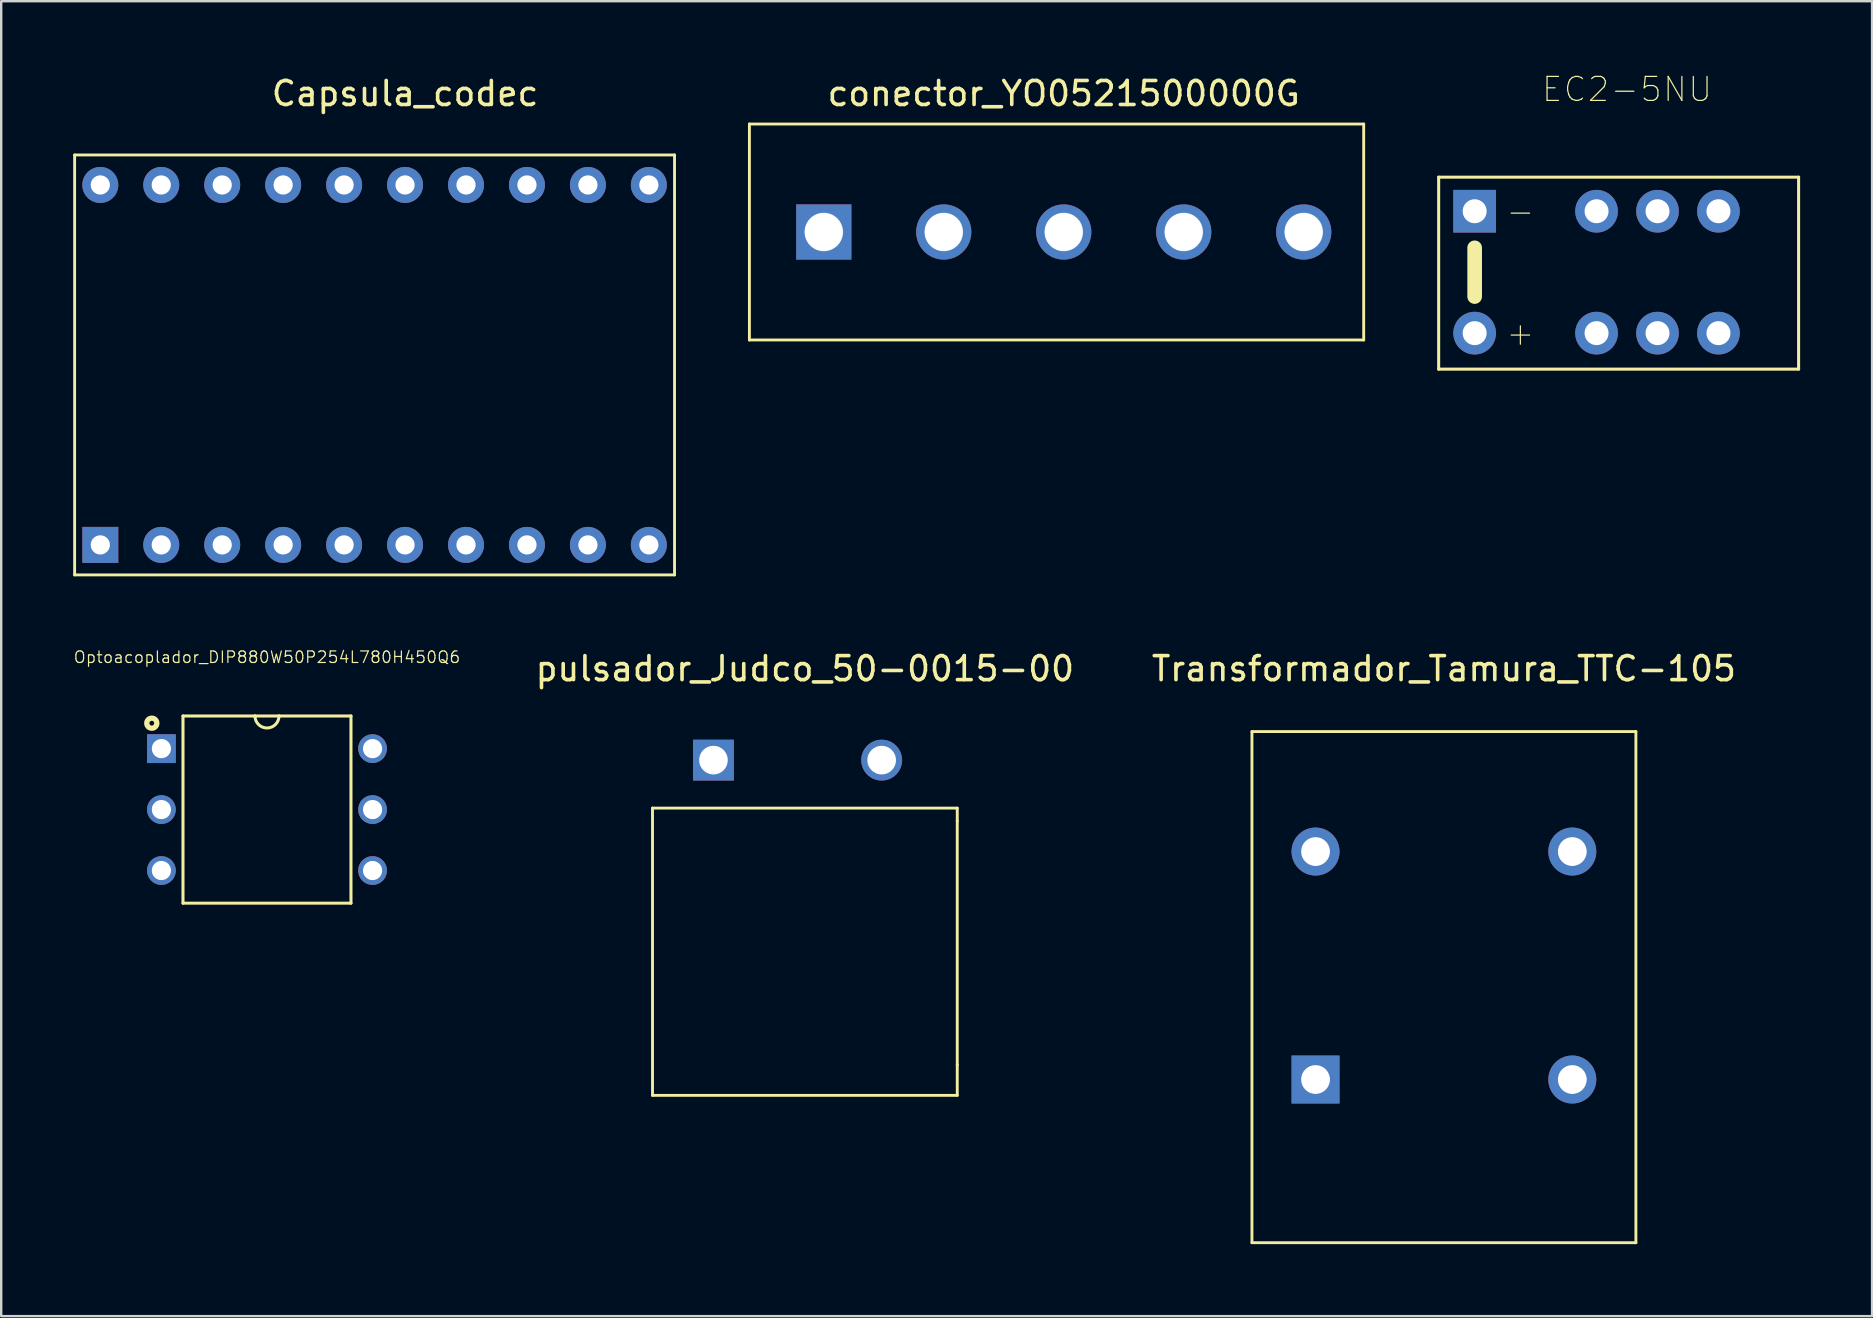
<source format=kicad_pcb>
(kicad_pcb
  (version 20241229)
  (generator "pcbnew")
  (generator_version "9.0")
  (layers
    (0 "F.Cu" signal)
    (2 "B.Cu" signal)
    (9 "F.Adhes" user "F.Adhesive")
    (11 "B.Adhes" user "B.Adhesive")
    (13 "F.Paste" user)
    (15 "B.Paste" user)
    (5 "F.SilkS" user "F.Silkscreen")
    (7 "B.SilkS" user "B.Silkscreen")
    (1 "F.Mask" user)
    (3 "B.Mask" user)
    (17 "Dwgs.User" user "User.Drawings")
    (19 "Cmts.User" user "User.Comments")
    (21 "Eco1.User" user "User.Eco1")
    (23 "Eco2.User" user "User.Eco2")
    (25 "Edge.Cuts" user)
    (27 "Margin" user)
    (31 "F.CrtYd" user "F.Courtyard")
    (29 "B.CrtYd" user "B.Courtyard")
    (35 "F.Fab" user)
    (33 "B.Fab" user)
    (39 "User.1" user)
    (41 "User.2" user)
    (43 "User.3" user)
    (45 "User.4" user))
  (footprint "pulsador_Judco_50-0015-00"
    (layer "F.Cu")
    (at 26.682 28.627)
    (property "Reference" "pulsador_Judco_50-0015-00" (at 3.81 -3.81 0) (layer "F.SilkS") (effects (font (size 1 1) (thickness 0.15))))
    (attr through_hole)
    (fp_line (start -2.54 2) (end 10.16 2) (stroke (width 0.12) (type solid)) (layer "F.SilkS"))
    (fp_line (start -2.54 13.97) (end -2.54 2) (stroke (width 0.12) (type solid)) (layer "F.SilkS"))
    (fp_line (start 10.16 2.54) (end 10.16 2) (stroke (width 0.12) (type solid)) (layer "F.SilkS"))
    (fp_line (start 10.16 2.54) (end 10.16 12.7) (stroke (width 0.12) (type solid)) (layer "F.SilkS"))
    (fp_line (start 10.16 12.7) (end 10.16 13.97) (stroke (width 0.12) (type solid)) (layer "F.SilkS"))
    (fp_line (start 10.16 13.97) (end -2.54 13.97) (stroke (width 0.12) (type solid)) (layer "F.SilkS"))
    (pad "1" thru_hole rect (at 0 0) (size 1.702 1.702) (drill 1.194) (layers "*.Cu" "*.Mask"))
    (pad "2" thru_hole circle (at 7.01 0) (size 1.702 1.702) (drill 1.194) (layers "*.Cu" "*.Mask")))
  (footprint "conector_YO0521500000G"
    (layer "F.Cu")
    (at 41.28 2.118)
    (property "Reference" "conector_YO0521500000G" (at 0 -1.27 0) (layer "F.SilkS") (effects (font (size 1 1) (thickness 0.15))))
    (attr through_hole)
    (fp_line (start -13.1 0) (end -13.1 9) (stroke (width 0.12) (type solid)) (layer "F.SilkS"))
    (fp_line (start -13.1 0) (end 12.5 0) (stroke (width 0.12) (type solid)) (layer "F.SilkS"))
    (fp_line (start -13.1 9) (end 12.5 9) (stroke (width 0.12) (type solid)) (layer "F.SilkS"))
    (fp_line (start 12.5 0) (end 12.5 9) (stroke (width 0.12) (type solid)) (layer "F.SilkS"))
    (pad "1" thru_hole rect (at -10 4.5 90) (size 2.3 2.3) (drill 1.6) (layers "*.Cu" "*.Mask"))
    (pad "2" thru_hole circle (at -5 4.5) (size 2.3 2.3) (drill 1.6) (layers "*.Cu" "*.Mask"))
    (pad "3" thru_hole circle (at 0 4.5) (size 2.3 2.3) (drill 1.6) (layers "*.Cu" "*.Mask"))
    (pad "4" thru_hole circle (at 5 4.5) (size 2.3 2.3) (drill 1.6) (layers "*.Cu" "*.Mask"))
    (pad "5" thru_hole circle (at 10 4.5) (size 2.3 2.3) (drill 1.6) (layers "*.Cu" "*.Mask")))
  (footprint "EC2-5NU"
    (layer "F.Cu")
    (at 58.404 10.833)
    (property "Reference" "EC2-5NU" (at 6.35 -10.16 0) (layer "F.SilkS") (effects (font (size 1 1) (thickness 0.05))))
    (attr through_hole)
    (fp_line (start -1.5 -6.5) (end -1.5 1.5) (stroke (width 0.127) (type solid)) (layer "F.SilkS"))
    (fp_line (start -1.5 1.5) (end 13.5 1.5) (stroke (width 0.127) (type solid)) (layer "F.SilkS"))
    (fp_line (start 0 -1.524) (end 0 -3.556) (stroke (width 0.61) (type solid)) (layer "F.SilkS"))
    (fp_line (start 13.5 -6.5) (end -1.5 -6.5) (stroke (width 0.127) (type solid)) (layer "F.SilkS"))
    (fp_line (start 13.5 1.5) (end 13.5 -6.5) (stroke (width 0.127) (type solid)) (layer "F.SilkS"))
    (fp_text user "+" (at 1.905 0 0) (layer "F.SilkS") (effects (font (size 1 1) (thickness 0.05))))
    (fp_text user "-" (at 1.905 -5.08 0) (layer "F.SilkS") (effects (font (size 1 1) (thickness 0.05))))
    (pad "1" thru_hole rect (at 0 -5.08) (size 1.778 1.778) (drill 1) (layers "*.Cu" "*.Mask"))
    (pad "3" thru_hole circle (at 5.08 -5.08) (size 1.778 1.778) (drill 1) (layers "*.Cu" "*.Mask"))
    (pad "4" thru_hole circle (at 7.62 -5.08) (size 1.778 1.778) (drill 1) (layers "*.Cu" "*.Mask"))
    (pad "5" thru_hole circle (at 10.16 -5.08) (size 1.778 1.778) (drill 1) (layers "*.Cu" "*.Mask"))
    (pad "8" thru_hole circle (at 10.16 0) (size 1.778 1.778) (drill 1) (layers "*.Cu" "*.Mask"))
    (pad "9" thru_hole circle (at 7.62 0) (size 1.778 1.778) (drill 1) (layers "*.Cu" "*.Mask"))
    (pad "10" thru_hole circle (at 5.08 0) (size 1.778 1.778) (drill 1) (layers "*.Cu" "*.Mask"))
    (pad "12" thru_hole circle (at 0 0) (size 1.778 1.778) (drill 1) (layers "*.Cu" "*.Mask")))
  (footprint "Capsula_codec"
    (layer "F.Cu")
    (at 1.13 4.658)
    (property "Reference" "Capsula_codec" (at 12.7 -3.81 0) (layer "F.SilkS") (effects (font (size 1 1) (thickness 0.15))))
    (attr through_hole)
    (fp_line (start -1.07 -1.25) (end -1.07 16.25) (stroke (width 0.12) (type solid)) (layer "F.SilkS"))
    (fp_line (start -1.07 -1.25) (end 23.93 -1.25) (stroke (width 0.12) (type solid)) (layer "F.SilkS"))
    (fp_line (start -1.07 16.25) (end 23.93 16.25) (stroke (width 0.12) (type solid)) (layer "F.SilkS"))
    (fp_line (start 23.93 -1.25) (end 23.93 16.25) (stroke (width 0.12) (type solid)) (layer "F.SilkS"))
    (pad "1" thru_hole rect (at 0 15) (size 1.5 1.5) (drill 0.8) (layers "*.Cu" "*.Mask"))
    (pad "2" thru_hole circle (at 2.54 15) (size 1.5 1.5) (drill 0.8) (layers "*.Cu" "*.Mask"))
    (pad "3" thru_hole circle (at 5.08 15) (size 1.5 1.5) (drill 0.8) (layers "*.Cu" "*.Mask"))
    (pad "4" thru_hole circle (at 7.62 15) (size 1.5 1.5) (drill 0.8) (layers "*.Cu" "*.Mask"))
    (pad "5" thru_hole circle (at 10.16 15) (size 1.5 1.5) (drill 0.8) (layers "*.Cu" "*.Mask"))
    (pad "6" thru_hole circle (at 12.7 15) (size 1.5 1.5) (drill 0.8) (layers "*.Cu" "*.Mask"))
    (pad "7" thru_hole circle (at 15.24 15) (size 1.5 1.5) (drill 0.8) (layers "*.Cu" "*.Mask"))
    (pad "8" thru_hole circle (at 17.78 15) (size 1.5 1.5) (drill 0.8) (layers "*.Cu" "*.Mask"))
    (pad "9" thru_hole circle (at 20.32 15) (size 1.5 1.5) (drill 0.8) (layers "*.Cu" "*.Mask"))
    (pad "10" thru_hole circle (at 22.86 15) (size 1.5 1.5) (drill 0.8) (layers "*.Cu" "*.Mask"))
    (pad "11" thru_hole circle (at 0 0) (size 1.5 1.5) (drill 0.8) (layers "*.Cu" "*.Mask"))
    (pad "12" thru_hole circle (at 2.54 0) (size 1.5 1.5) (drill 0.8) (layers "*.Cu" "*.Mask"))
    (pad "13" thru_hole circle (at 5.08 0) (size 1.5 1.5) (drill 0.8) (layers "*.Cu" "*.Mask"))
    (pad "14" thru_hole circle (at 7.62 0) (size 1.5 1.5) (drill 0.8) (layers "*.Cu" "*.Mask"))
    (pad "15" thru_hole circle (at 10.16 0) (size 1.5 1.5) (drill 0.8) (layers "*.Cu" "*.Mask"))
    (pad "16" thru_hole circle (at 12.7 0) (size 1.5 1.5) (drill 0.8) (layers "*.Cu" "*.Mask"))
    (pad "17" thru_hole circle (at 15.24 0) (size 1.5 1.5) (drill 0.8) (layers "*.Cu" "*.Mask"))
    (pad "18" thru_hole circle (at 17.78 0) (size 1.5 1.5) (drill 0.8) (layers "*.Cu" "*.Mask"))
    (pad "19" thru_hole circle (at 20.32 0) (size 1.5 1.5) (drill 0.8) (layers "*.Cu" "*.Mask"))
    (pad "20" thru_hole circle (at 22.86 0) (size 1.5 1.5) (drill 0.8) (layers "*.Cu" "*.Mask")))
  (footprint "Transformador_Tamura_TTC-105"
    (layer "F.Cu")
    (at 57.123 32.437)
    (property "Reference" "Transformador_Tamura_TTC-105" (at 0 -7.62 0) (layer "F.SilkS") (effects (font (size 1 1) (thickness 0.15))))
    (attr through_hole)
    (fp_line (start -8 -5) (end -8 16.3) (stroke (width 0.12) (type solid)) (layer "F.SilkS"))
    (fp_line (start -8 -5) (end 8 -5) (stroke (width 0.12) (type solid)) (layer "F.SilkS"))
    (fp_line (start -8 16.3) (end 8 16.3) (stroke (width 0.12) (type solid)) (layer "F.SilkS"))
    (fp_line (start 8 -5) (end 8 16.3) (stroke (width 0.12) (type solid)) (layer "F.SilkS"))
    (pad "1" thru_hole rect (at -5.35 9.5) (size 2 2) (drill 1.2) (layers "*.Cu" "*.Mask"))
    (pad "3" thru_hole circle (at -5.35 0) (size 2 2) (drill 1.2) (layers "*.Cu" "*.Mask"))
    (pad "4" thru_hole circle (at 5.35 0) (size 2 2) (drill 1.2) (layers "*.Cu" "*.Mask"))
    (pad "6" thru_hole circle (at 5.35 9.5) (size 2 2) (drill 1.2) (layers "*.Cu" "*.Mask")))
  (footprint "Optoacoplador_DIP880W50P254L780H450Q6"
    (layer "F.Cu")
    (at 8.076 30.688)
    (property "Reference" "Optoacoplador_DIP880W50P254L780H450Q6" (at 0 -6.35 0) (layer "F.SilkS") (effects (font (size 0.482 0.482) (thickness 0.05))))
    (attr through_hole)
    (fp_line (start -3.5 -3.9) (end -3.5 3.9) (stroke (width 0.127) (type solid)) (layer "F.SilkS"))
    (fp_line (start -3.5 -3.9) (end -0.5 -3.9) (stroke (width 0.127) (type solid)) (layer "F.SilkS"))
    (fp_line (start -0.5 -3.9) (end 0.5 -3.9) (stroke (width 0.127) (type solid)) (layer "F.SilkS"))
    (fp_line (start 0.5 -3.9) (end 3.5 -3.9) (stroke (width 0.127) (type solid)) (layer "F.SilkS"))
    (fp_line (start 3.5 3.9) (end -3.5 3.9) (stroke (width 0.127) (type solid)) (layer "F.SilkS"))
    (fp_line (start 3.5 3.9) (end 3.5 -3.9) (stroke (width 0.127) (type solid)) (layer "F.SilkS"))
    (fp_arc (start 0.5 -3.9) (mid 0 -3.4) (end -0.5 -3.9) (stroke (width 0.127) (type solid)) (layer "F.SilkS"))
    (fp_circle (center -4.8 -3.6) (end -4.7 -3.6) (stroke (width 0.22) (type solid)) (fill no) (layer "F.SilkS"))
    (fp_line (start -5.25 -4.15) (end 5.25 -4.15) (stroke (width 0.05) (type solid)) (layer "Eco1.User"))
    (fp_line (start -5.25 4.15) (end -5.25 -4.15) (stroke (width 0.05) (type solid)) (layer "Eco1.User"))
    (fp_line (start 5.25 -4.15) (end 5.25 4.15) (stroke (width 0.05) (type solid)) (layer "Eco1.User"))
    (fp_line (start 5.25 4.15) (end -5.25 4.15) (stroke (width 0.05) (type solid)) (layer "Eco1.User"))
    (fp_line (start -3.5 -3.9) (end -3.5 3.9) (stroke (width 0.127) (type solid)) (layer "Eco2.User"))
    (fp_line (start -3.5 3.9) (end 3.5 3.9) (stroke (width 0.127) (type solid)) (layer "Eco2.User"))
    (fp_line (start 3.5 -3.9) (end -3.5 -3.9) (stroke (width 0.127) (type solid)) (layer "Eco2.User"))
    (fp_line (start 3.5 3.9) (end 3.5 -3.9) (stroke (width 0.127) (type solid)) (layer "Eco2.User"))
    (fp_arc (start 0.5 -3.9) (mid 0 -3.4) (end -0.5 -3.9) (stroke (width 0.127) (type solid)) (layer "Eco2.User"))
    (fp_circle (center -4.8 -3.6) (end -4.7 -3.6) (stroke (width 0.22) (type solid)) (fill no) (layer "Eco2.User"))
    (pad "1" thru_hole rect (at -4.4 -2.54) (size 1.2 1.2) (drill 0.8) (layers "*.Cu" "*.Mask"))
    (pad "2" thru_hole circle (at -4.4 0) (size 1.2 1.2) (drill 0.8) (layers "*.Cu" "*.Mask"))
    (pad "3" thru_hole circle (at -4.4 2.54) (size 1.2 1.2) (drill 0.8) (layers "*.Cu" "*.Mask"))
    (pad "4" thru_hole circle (at 4.4 2.54) (size 1.2 1.2) (drill 0.8) (layers "*.Cu" "*.Mask"))
    (pad "5" thru_hole circle (at 4.4 0) (size 1.2 1.2) (drill 0.8) (layers "*.Cu" "*.Mask"))
    (pad "6" thru_hole circle (at 4.4 -2.54) (size 1.2 1.2) (drill 0.8) (layers "*.Cu" "*.Mask")))
  (gr_rect
    (start -3 -3)
    (end 74.967 51.797)
    (stroke (width 0.1) (type default))
    (fill no)
    (layer "Edge.Cuts")))
</source>
